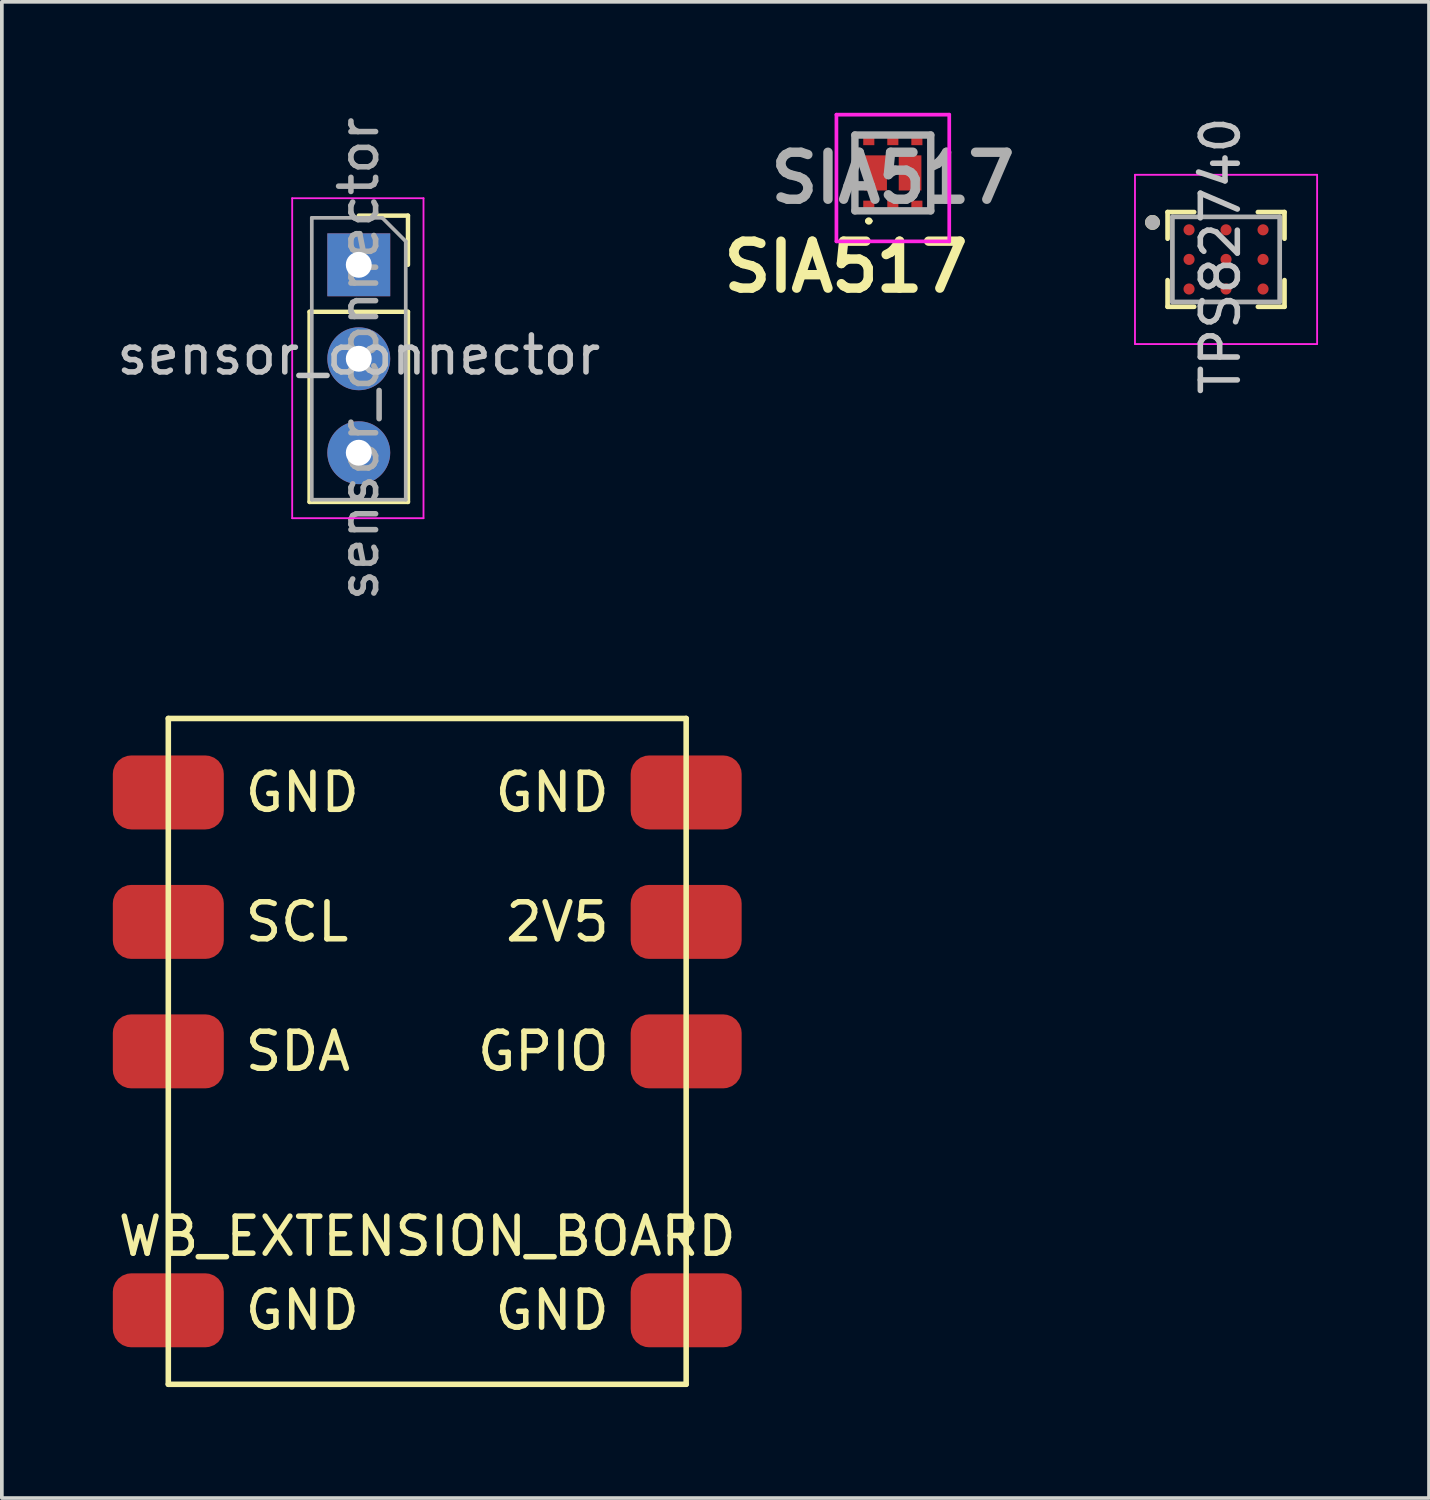
<source format=kicad_pcb>
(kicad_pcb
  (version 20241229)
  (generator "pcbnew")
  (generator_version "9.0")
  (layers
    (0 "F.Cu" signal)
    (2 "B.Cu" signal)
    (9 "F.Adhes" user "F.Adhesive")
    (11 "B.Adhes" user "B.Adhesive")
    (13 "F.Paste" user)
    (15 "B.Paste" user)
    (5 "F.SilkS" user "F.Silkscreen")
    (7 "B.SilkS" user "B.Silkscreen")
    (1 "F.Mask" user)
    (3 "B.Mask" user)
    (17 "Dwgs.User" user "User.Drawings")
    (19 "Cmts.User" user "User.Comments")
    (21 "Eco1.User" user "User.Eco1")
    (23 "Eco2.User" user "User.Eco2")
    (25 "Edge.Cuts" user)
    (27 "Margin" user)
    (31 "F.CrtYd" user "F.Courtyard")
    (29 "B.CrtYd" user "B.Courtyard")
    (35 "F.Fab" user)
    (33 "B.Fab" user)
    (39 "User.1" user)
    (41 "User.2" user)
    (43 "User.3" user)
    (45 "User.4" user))
  (footprint "sensor_connector"
    (layer "F.Cu")
    (at 6.649 4.109)
    (property "Reference" "sensor_connector" (at 0 2.44 180) (layer "Dwgs.User") (effects (font (size 1 1) (thickness 0.15))))
    (attr through_hole)
    (fp_line (start -1.33 1.27) (end -1.33 6.41) (stroke (width 0.12) (type solid)) (layer "F.SilkS"))
    (fp_line (start -1.33 1.27) (end 1.33 1.27) (stroke (width 0.12) (type solid)) (layer "F.SilkS"))
    (fp_line (start -1.33 6.41) (end 1.33 6.41) (stroke (width 0.12) (type solid)) (layer "F.SilkS"))
    (fp_line (start 0 -1.33) (end 1.33 -1.33) (stroke (width 0.12) (type solid)) (layer "F.SilkS"))
    (fp_line (start 1.33 -1.33) (end 1.33 0) (stroke (width 0.12) (type solid)) (layer "F.SilkS"))
    (fp_line (start 1.33 1.27) (end 1.33 6.41) (stroke (width 0.12) (type solid)) (layer "F.SilkS"))
    (fp_line (start -1.8 -1.8) (end 1.75 -1.8) (stroke (width 0.05) (type solid)) (layer "F.CrtYd"))
    (fp_line (start -1.8 6.85) (end -1.8 -1.8) (stroke (width 0.05) (type solid)) (layer "F.CrtYd"))
    (fp_line (start 1.75 -1.8) (end 1.75 6.85) (stroke (width 0.05) (type solid)) (layer "F.CrtYd"))
    (fp_line (start 1.75 6.85) (end -1.8 6.85) (stroke (width 0.05) (type solid)) (layer "F.CrtYd"))
    (fp_line (start -1.27 -1.27) (end 0.635 -1.27) (stroke (width 0.1) (type solid)) (layer "F.Fab"))
    (fp_line (start -1.27 6.35) (end -1.27 -1.27) (stroke (width 0.1) (type solid)) (layer "F.Fab"))
    (fp_line (start 0.635 -1.27) (end 1.27 -0.635) (stroke (width 0.1) (type solid)) (layer "F.Fab"))
    (fp_line (start 1.27 -0.635) (end 1.27 6.35) (stroke (width 0.1) (type solid)) (layer "F.Fab"))
    (fp_line (start 1.27 6.35) (end -1.27 6.35) (stroke (width 0.1) (type solid)) (layer "F.Fab"))
    (fp_text user "${REFERENCE}" (at 0 2.54 90) (layer "F.Fab") (effects (font (size 1 1) (thickness 0.15))))
    (pad "1" thru_hole rect (at 0 0) (size 1.7 1.7) (drill 0.7) (layers "*.Cu" "*.Mask"))
    (pad "2" thru_hole oval (at 0 2.54) (size 1.7 1.7) (drill 0.7) (layers "*.Cu" "*.Mask"))
    (pad "3" thru_hole oval (at 0 5.08) (size 1.7 1.7) (drill 0.7) (layers "*.Cu" "*.Mask")))
  (footprint "WB_EXTENSION_BOARD"
    (layer "F.Cu")
    (at 8.5 25.373)
    (property "Reference" "WB_EXTENSION_BOARD" (at 0 5 180) (layer "F.SilkS") (effects (font (size 1 1) (thickness 0.15))))
    (attr through_hole)
    (fp_line (start -7 -9) (end -7 9) (stroke (width 0.15) (type solid)) (layer "F.SilkS"))
    (fp_line (start -7 9) (end 7 9) (stroke (width 0.15) (type solid)) (layer "F.SilkS"))
    (fp_line (start 7 -9) (end -7 -9) (stroke (width 0.15) (type solid)) (layer "F.SilkS"))
    (fp_line (start 7 9) (end 7 -9) (stroke (width 0.15) (type solid)) (layer "F.SilkS"))
    (fp_text user "SDA" (at -5 0 180) (layer "F.SilkS") (effects (font (size 1 1) (thickness 0.15)) (justify left)))
    (fp_text user "GND" (at -5 7 180) (layer "F.SilkS") (effects (font (size 1 1) (thickness 0.15)) (justify left)))
    (fp_text user "2V5" (at 5 -3.5 0) (layer "F.SilkS") (effects (font (size 1 1) (thickness 0.15)) (justify right)))
    (fp_text user "SCL" (at -5 -3.5 180) (layer "F.SilkS") (effects (font (size 1 1) (thickness 0.15)) (justify left)))
    (fp_text user "GND" (at 5 7 0) (layer "F.SilkS") (effects (font (size 1 1) (thickness 0.15)) (justify right)))
    (fp_text user "GND" (at 5 -7 0) (layer "F.SilkS") (effects (font (size 1 1) (thickness 0.15)) (justify right)))
    (fp_text user "GPIO" (at 5 0 0) (layer "F.SilkS") (effects (font (size 1 1) (thickness 0.15)) (justify right)))
    (fp_text user "GND" (at -5 -7 180) (layer "F.SilkS") (effects (font (size 1 1) (thickness 0.15)) (justify left)))
    (pad "1" smd roundrect (at -7 -7) (size 3 2) (layers "F.Cu" "F.Mask") (roundrect_rratio 0.25))
    (pad "2" smd roundrect (at -7 -3.5) (size 3 2) (layers "F.Cu" "F.Mask") (roundrect_rratio 0.25))
    (pad "3" smd roundrect (at -7 0) (size 3 2) (layers "F.Cu" "F.Mask") (roundrect_rratio 0.25))
    (pad "4" smd roundrect (at -7 7) (size 3 2) (layers "F.Cu" "F.Mask") (roundrect_rratio 0.25))
    (pad "5" smd roundrect (at 7 7) (size 3 2) (layers "F.Cu" "F.Mask") (roundrect_rratio 0.25))
    (pad "6" smd roundrect (at 7 0) (size 3 2) (layers "F.Cu" "F.Mask") (roundrect_rratio 0.25))
    (pad "7" smd roundrect (at 7 -3.5) (size 3 2) (layers "F.Cu" "F.Mask") (roundrect_rratio 0.25))
    (pad "8" smd roundrect (at 7 -7) (size 3 2) (layers "F.Cu" "F.Mask") (roundrect_rratio 0.25)))
  (footprint "TPS82740"
    (layer "F.Cu")
    (at 30.095 3.963)
    (property "Reference" "TPS82740" (at -0.15 -0.1 270) (layer "Dwgs.User") (effects (font (size 1 1) (thickness 0.15))))
    (attr smd)
    (fp_line (start -1.58 -1.28) (end -1.58 -0.56) (stroke (width 0.127) (type solid)) (layer "F.SilkS"))
    (fp_line (start -1.58 -1.28) (end -0.861 -1.28) (stroke (width 0.127) (type solid)) (layer "F.SilkS"))
    (fp_line (start -1.58 1.28) (end -1.58 0.56) (stroke (width 0.127) (type solid)) (layer "F.SilkS"))
    (fp_line (start -1.58 1.28) (end -0.861 1.28) (stroke (width 0.127) (type solid)) (layer "F.SilkS"))
    (fp_line (start 1.58 -1.28) (end 0.861 -1.28) (stroke (width 0.127) (type solid)) (layer "F.SilkS"))
    (fp_line (start 1.58 -1.28) (end 1.58 -0.56) (stroke (width 0.127) (type solid)) (layer "F.SilkS"))
    (fp_line (start 1.58 1.28) (end 0.861 1.28) (stroke (width 0.127) (type solid)) (layer "F.SilkS"))
    (fp_line (start 1.58 1.28) (end 1.58 0.56) (stroke (width 0.127) (type solid)) (layer "F.SilkS"))
    (fp_circle (center -1.988 -1) (end -1.887 -1) (stroke (width 0.2) (type solid)) (fill no) (layer "F.SilkS"))
    (fp_line (start -2.462 -2.288) (end 2.462 -2.288) (stroke (width 0.05) (type solid)) (layer "F.CrtYd"))
    (fp_line (start -2.462 2.288) (end -2.462 -2.288) (stroke (width 0.05) (type solid)) (layer "F.CrtYd"))
    (fp_line (start -2.462 2.288) (end 2.462 2.288) (stroke (width 0.05) (type solid)) (layer "F.CrtYd"))
    (fp_line (start 2.462 2.288) (end 2.462 -2.288) (stroke (width 0.05) (type solid)) (layer "F.CrtYd"))
    (fp_line (start -1.45 1.15) (end -1.45 -1.15) (stroke (width 0.127) (type solid)) (layer "F.Fab"))
    (fp_line (start 1.45 -1.15) (end -1.45 -1.15) (stroke (width 0.127) (type solid)) (layer "F.Fab"))
    (fp_line (start 1.45 1.15) (end -1.45 1.15) (stroke (width 0.127) (type solid)) (layer "F.Fab"))
    (fp_line (start 1.45 1.15) (end 1.45 -1.15) (stroke (width 0.127) (type solid)) (layer "F.Fab"))
    (fp_circle (center -1.988 -1) (end -1.887 -1) (stroke (width 0.2) (type solid)) (fill no) (layer "F.Fab"))
    (pad "A1" smd circle (at -1 -0.8) (size 0.3 0.3) (layers "F.Cu" "F.Mask" "F.Paste"))
    (pad "A2" smd circle (at 0 -0.8) (size 0.3 0.3) (layers "F.Cu" "F.Mask" "F.Paste"))
    (pad "A3" smd circle (at 1 -0.8) (size 0.3 0.3) (layers "F.Cu" "F.Mask" "F.Paste"))
    (pad "B1" smd circle (at -1 0) (size 0.3 0.3) (layers "F.Cu" "F.Mask" "F.Paste"))
    (pad "B2" smd circle (at 0 0) (size 0.3 0.3) (layers "F.Cu" "F.Mask" "F.Paste"))
    (pad "B3" smd circle (at 1 0) (size 0.3 0.3) (layers "F.Cu" "F.Mask" "F.Paste"))
    (pad "C1" smd circle (at -1 0.8) (size 0.3 0.3) (layers "F.Cu" "F.Mask" "F.Paste"))
    (pad "C2" smd circle (at 0 0.8) (size 0.3 0.3) (layers "F.Cu" "F.Mask" "F.Paste"))
    (pad "C3" smd circle (at 1 0.8) (size 0.3 0.3) (layers "F.Cu" "F.Mask" "F.Paste")))
  (footprint "SIA517"
    (layer "F.Cu")
    (at 21.087 1.625)
    (property "Reference" "SIA517" (at -1.27 2.54 0) (layer "F.SilkS") (effects (font (size 1.27 1.27) (thickness 0.254))))
    (attr smd)
    (fp_line (start -1.025 -1.025) (end -1.025 1.025) (stroke (width 0.1) (type solid)) (layer "F.SilkS"))
    (fp_line (start -0.7 1.3) (end -0.7 1.3) (stroke (width 0.1) (type solid)) (layer "F.SilkS"))
    (fp_line (start -0.6 1.3) (end -0.6 1.3) (stroke (width 0.1) (type solid)) (layer "F.SilkS"))
    (fp_line (start 1.025 -1.025) (end 1.025 1.025) (stroke (width 0.1) (type solid)) (layer "F.SilkS"))
    (fp_arc (start -0.7 1.3) (mid -0.65 1.25) (end -0.6 1.3) (stroke (width 0.1) (type solid)) (layer "F.SilkS"))
    (fp_arc (start -0.6 1.3) (mid -0.65 1.35) (end -0.7 1.3) (stroke (width 0.1) (type solid)) (layer "F.SilkS"))
    (fp_line (start -1.525 -1.575) (end 1.525 -1.575) (stroke (width 0.1) (type solid)) (layer "F.CrtYd"))
    (fp_line (start -1.525 1.85) (end -1.525 -1.575) (stroke (width 0.1) (type solid)) (layer "F.CrtYd"))
    (fp_line (start 1.525 -1.575) (end 1.525 1.85) (stroke (width 0.1) (type solid)) (layer "F.CrtYd"))
    (fp_line (start 1.525 1.85) (end -1.525 1.85) (stroke (width 0.1) (type solid)) (layer "F.CrtYd"))
    (fp_line (start -1.025 -1.025) (end 1.025 -1.025) (stroke (width 0.2) (type solid)) (layer "F.Fab"))
    (fp_line (start -1.025 1.025) (end -1.025 -1.025) (stroke (width 0.2) (type solid)) (layer "F.Fab"))
    (fp_line (start 1.025 -1.025) (end 1.025 1.025) (stroke (width 0.2) (type solid)) (layer "F.Fab"))
    (fp_line (start 1.025 1.025) (end -1.025 1.025) (stroke (width 0.2) (type solid)) (layer "F.Fab"))
    (fp_text user "${REFERENCE}" (at 0 0.137 0) (layer "F.Fab") (effects (font (size 1.27 1.27) (thickness 0.254))))
    (pad "1" smd rect (at -0.65 0.912) (size 0.3 0.325) (layers "F.Cu" "F.Mask" "F.Paste"))
    (pad "2" smd rect (at 0 0.912) (size 0.3 0.325) (layers "F.Cu" "F.Mask" "F.Paste"))
    (pad "3" smd rect (at 0.65 0.912) (size 0.3 0.325) (layers "F.Cu" "F.Mask" "F.Paste"))
    (pad "4" smd rect (at 0.65 -0.913) (size 0.3 0.325) (layers "F.Cu" "F.Mask" "F.Paste"))
    (pad "5" smd rect (at 0 -0.913) (size 0.3 0.325) (layers "F.Cu" "F.Mask" "F.Paste"))
    (pad "6" smd rect (at -0.65 -0.913) (size 0.3 0.325) (layers "F.Cu" "F.Mask" "F.Paste"))
    (pad "7" smd rect (at -0.466 0) (size 0.613 0.95) (layers "F.Cu" "F.Mask" "F.Paste"))
    (pad "8" smd rect (at 0.466 0) (size 0.613 0.95) (layers "F.Cu" "F.Mask" "F.Paste")))
  (gr_rect
    (start -3 -3)
    (end 35.582 37.448)
    (stroke (width 0.1) (type default))
    (fill no)
    (layer "Edge.Cuts")))
</source>
